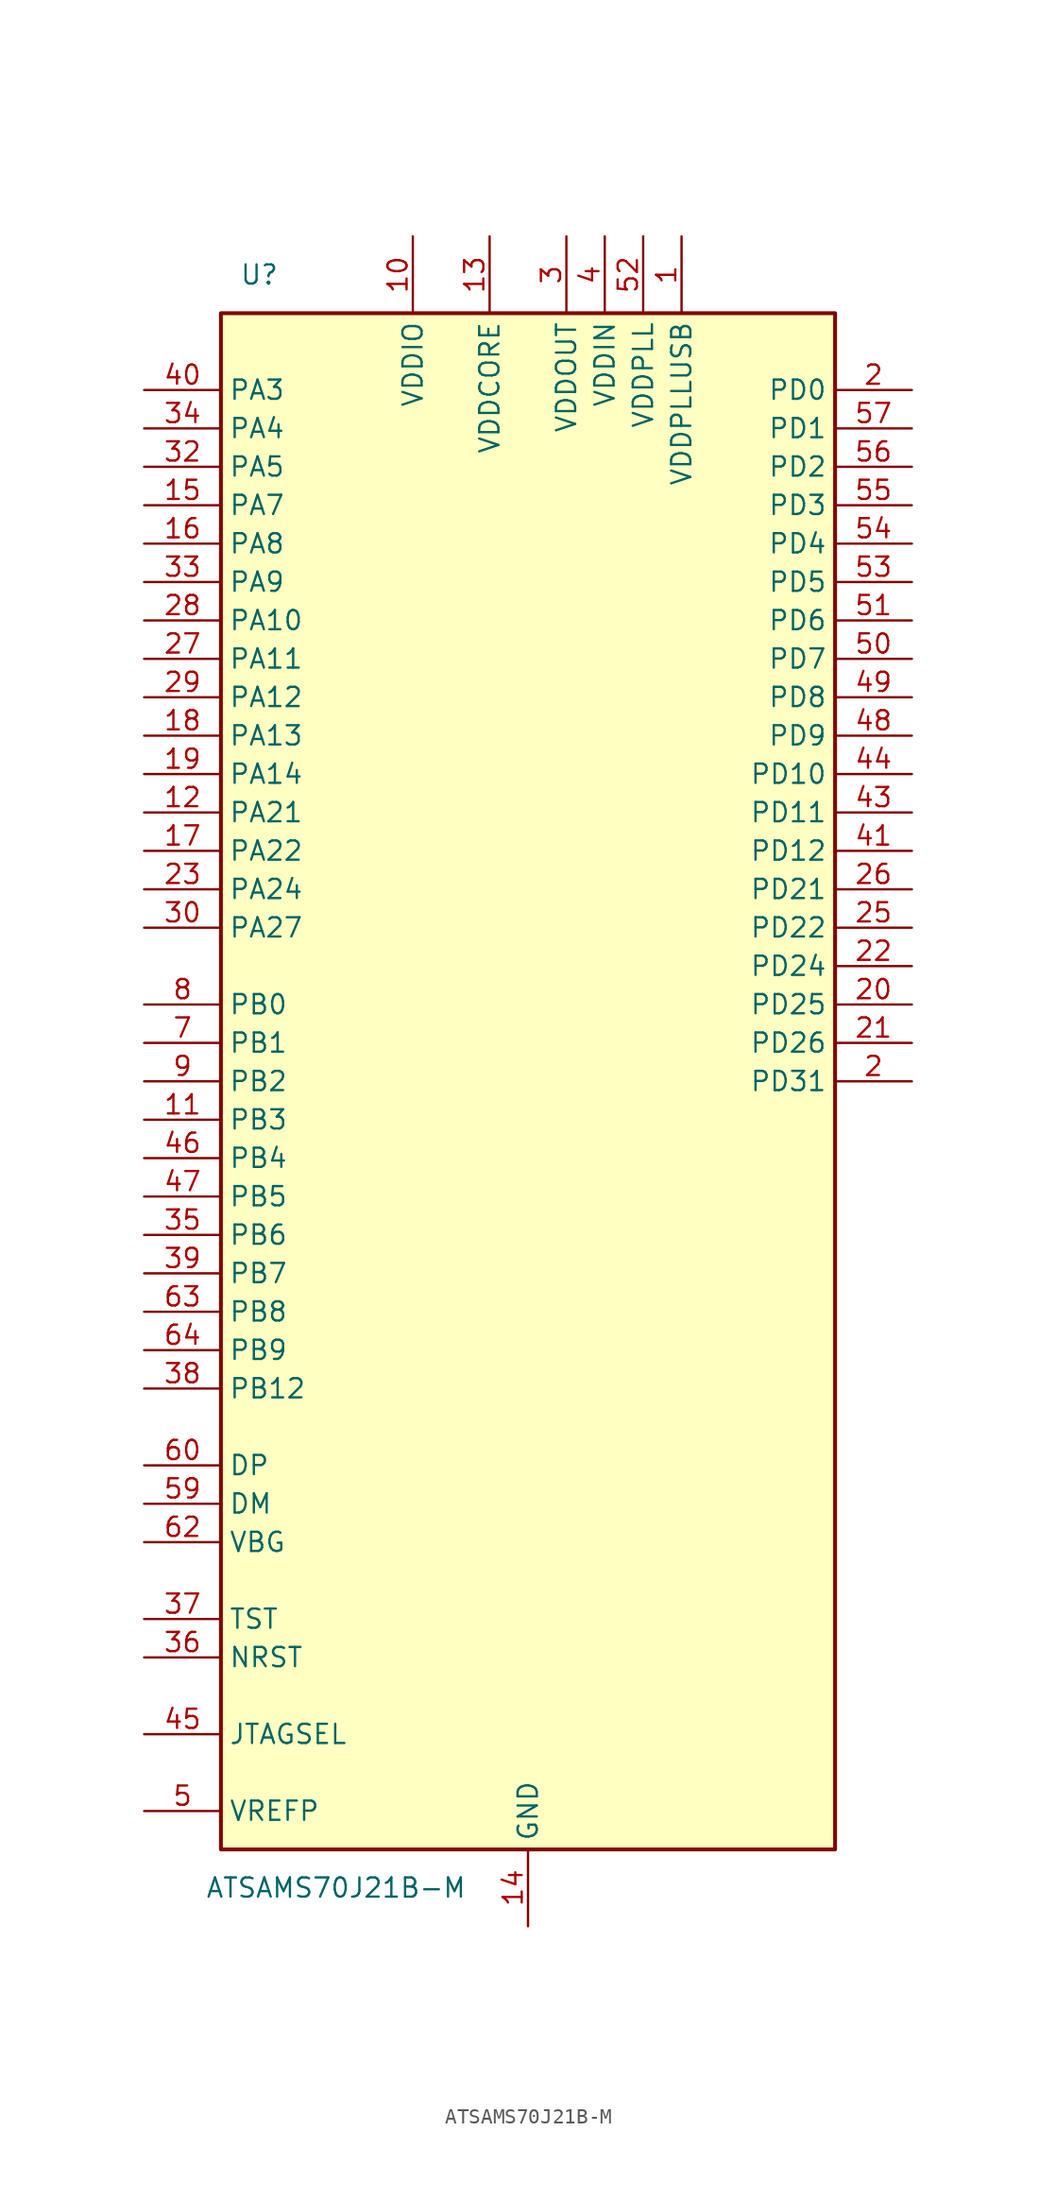
<source format=kicad_sym>
(kicad_symbol_lib
  (version 20201005)
  (generator kicad_symbol_editor)
  (symbol "mcu:ATSAMS70J21B-M"
    (property "Reference" "U"
      (at -17.78 53.34 0)
      (effects (font (size 1.27 1.27))))
    (property "Value" "ATSAMS70J21B-M"
      (at -12.7 -53.34 0)
      (effects (font (size 1.27 1.27))))
    (symbol "ATSAMS70J21B-M_1_1"
      (rectangle (start -20.32 50.8) (end 20.32 -50.8) (stroke (width 0.254)) (fill (type background)))
      (pin power_in line (at 10.16 55.88 270) (length 5.08) (name "VDDPLLUSB" (effects (font (size 1.27 1.27)))) (number "1" (effects (font (size 1.27 1.27)))))
      (pin power_in line (at -7.62 55.88 270) (length 5.08) (name "VDDIO" (effects (font (size 1.27 1.27)))) (number "10" (effects (font (size 1.27 1.27)))))
      (pin bidirectional line (at -25.4 -2.54 0) (length 5.08) (name "PB3" (effects (font (size 1.27 1.27)))) (number "11" (effects (font (size 1.27 1.27)))))
      (pin bidirectional line (at -25.4 17.78 0) (length 5.08) (name "PA21" (effects (font (size 1.27 1.27)))) (number "12" (effects (font (size 1.27 1.27)))))
      (pin power_in line (at -2.54 55.88 270) (length 5.08) (name "VDDCORE" (effects (font (size 1.27 1.27)))) (number "13" (effects (font (size 1.27 1.27)))))
      (pin power_in line (at 0 -55.88 90) (length 5.08) (name "GND" (effects (font (size 1.27 1.27)))) (number "14" (effects (font (size 1.27 1.27)))))
      (pin bidirectional line (at -25.4 38.1 0) (length 5.08) (name "PA7" (effects (font (size 1.27 1.27)))) (number "15" (effects (font (size 1.27 1.27)))))
      (pin bidirectional line (at -25.4 35.56 0) (length 5.08) (name "PA8" (effects (font (size 1.27 1.27)))) (number "16" (effects (font (size 1.27 1.27)))))
      (pin bidirectional line (at -25.4 15.24 0) (length 5.08) (name "PA22" (effects (font (size 1.27 1.27)))) (number "17" (effects (font (size 1.27 1.27)))))
      (pin bidirectional line (at -25.4 22.86 0) (length 5.08) (name "PA13" (effects (font (size 1.27 1.27)))) (number "18" (effects (font (size 1.27 1.27)))))
      (pin bidirectional line (at -25.4 20.32 0) (length 5.08) (name "PA14" (effects (font (size 1.27 1.27)))) (number "19" (effects (font (size 1.27 1.27)))))
      (pin bidirectional line (at 25.4 45.72 180) (length 5.08) (name "PD0" (effects (font (size 1.27 1.27)))) (number "2" (effects (font (size 1.27 1.27)))))
      (pin bidirectional line (at 25.4 0 180) (length 5.08) (name "PD31" (effects (font (size 1.27 1.27)))) (number "2" (effects (font (size 1.27 1.27)))))
      (pin bidirectional line (at 25.4 5.08 180) (length 5.08) (name "PD25" (effects (font (size 1.27 1.27)))) (number "20" (effects (font (size 1.27 1.27)))))
      (pin bidirectional line (at 25.4 2.54 180) (length 5.08) (name "PD26" (effects (font (size 1.27 1.27)))) (number "21" (effects (font (size 1.27 1.27)))))
      (pin bidirectional line (at 25.4 7.62 180) (length 5.08) (name "PD24" (effects (font (size 1.27 1.27)))) (number "22" (effects (font (size 1.27 1.27)))))
      (pin bidirectional line (at -25.4 12.7 0) (length 5.08) (name "PA24" (effects (font (size 1.27 1.27)))) (number "23" (effects (font (size 1.27 1.27)))))
      (pin passive line (at -2.54 55.88 270) (length 5.08) hide (name "VDDCORE" (effects (font (size 1.27 1.27)))) (number "24" (effects (font (size 1.27 1.27)))))
      (pin bidirectional line (at 25.4 10.16 180) (length 5.08) (name "PD22" (effects (font (size 1.27 1.27)))) (number "25" (effects (font (size 1.27 1.27)))))
      (pin bidirectional line (at 25.4 12.7 180) (length 5.08) (name "PD21" (effects (font (size 1.27 1.27)))) (number "26" (effects (font (size 1.27 1.27)))))
      (pin bidirectional line (at -25.4 27.94 0) (length 5.08) (name "PA11" (effects (font (size 1.27 1.27)))) (number "27" (effects (font (size 1.27 1.27)))))
      (pin bidirectional line (at -25.4 30.48 0) (length 5.08) (name "PA10" (effects (font (size 1.27 1.27)))) (number "28" (effects (font (size 1.27 1.27)))))
      (pin bidirectional line (at -25.4 25.4 0) (length 5.08) (name "PA12" (effects (font (size 1.27 1.27)))) (number "29" (effects (font (size 1.27 1.27)))))
      (pin power_in line (at 2.54 55.88 270) (length 5.08) (name "VDDOUT" (effects (font (size 1.27 1.27)))) (number "3" (effects (font (size 1.27 1.27)))))
      (pin bidirectional line (at -25.4 10.16 0) (length 5.08) (name "PA27" (effects (font (size 1.27 1.27)))) (number "30" (effects (font (size 1.27 1.27)))))
      (pin passive line (at 0 -55.88 90) (length 5.08) hide (name "GND" (effects (font (size 1.27 1.27)))) (number "31" (effects (font (size 1.27 1.27)))))
      (pin bidirectional line (at -25.4 40.64 0) (length 5.08) (name "PA5" (effects (font (size 1.27 1.27)))) (number "32" (effects (font (size 1.27 1.27)))))
      (pin bidirectional line (at -25.4 33.02 0) (length 5.08) (name "PA9" (effects (font (size 1.27 1.27)))) (number "33" (effects (font (size 1.27 1.27)))))
      (pin bidirectional line (at -25.4 43.18 0) (length 5.08) (name "PA4" (effects (font (size 1.27 1.27)))) (number "34" (effects (font (size 1.27 1.27)))))
      (pin bidirectional line (at -25.4 -10.16 0) (length 5.08) (name "PB6" (effects (font (size 1.27 1.27)))) (number "35" (effects (font (size 1.27 1.27)))))
      (pin bidirectional line (at -25.4 -38.1 0) (length 5.08) (name "NRST" (effects (font (size 1.27 1.27)))) (number "36" (effects (font (size 1.27 1.27)))))
      (pin input line (at -25.4 -35.56 0) (length 5.08) (name "TST" (effects (font (size 1.27 1.27)))) (number "37" (effects (font (size 1.27 1.27)))))
      (pin bidirectional line (at -25.4 -20.32 0) (length 5.08) (name "PB12" (effects (font (size 1.27 1.27)))) (number "38" (effects (font (size 1.27 1.27)))))
      (pin bidirectional line (at -25.4 -12.7 0) (length 5.08) (name "PB7" (effects (font (size 1.27 1.27)))) (number "39" (effects (font (size 1.27 1.27)))))
      (pin power_in line (at 5.08 55.88 270) (length 5.08) (name "VDDIN" (effects (font (size 1.27 1.27)))) (number "4" (effects (font (size 1.27 1.27)))))
      (pin bidirectional line (at -25.4 45.72 0) (length 5.08) (name "PA3" (effects (font (size 1.27 1.27)))) (number "40" (effects (font (size 1.27 1.27)))))
      (pin bidirectional line (at 25.4 15.24 180) (length 5.08) (name "PD12" (effects (font (size 1.27 1.27)))) (number "41" (effects (font (size 1.27 1.27)))))
      (pin passive line (at -7.62 55.88 270) (length 5.08) hide (name "VDDIO" (effects (font (size 1.27 1.27)))) (number "42" (effects (font (size 1.27 1.27)))))
      (pin bidirectional line (at 25.4 17.78 180) (length 5.08) (name "PD11" (effects (font (size 1.27 1.27)))) (number "43" (effects (font (size 1.27 1.27)))))
      (pin bidirectional line (at 25.4 20.32 180) (length 5.08) (name "PD10" (effects (font (size 1.27 1.27)))) (number "44" (effects (font (size 1.27 1.27)))))
      (pin input line (at -25.4 -43.18 0) (length 5.08) (name "JTAGSEL" (effects (font (size 1.27 1.27)))) (number "45" (effects (font (size 1.27 1.27)))))
      (pin bidirectional line (at -25.4 -5.08 0) (length 5.08) (name "PB4" (effects (font (size 1.27 1.27)))) (number "46" (effects (font (size 1.27 1.27)))))
      (pin bidirectional line (at -25.4 -7.62 0) (length 5.08) (name "PB5" (effects (font (size 1.27 1.27)))) (number "47" (effects (font (size 1.27 1.27)))))
      (pin bidirectional line (at 25.4 22.86 180) (length 5.08) (name "PD9" (effects (font (size 1.27 1.27)))) (number "48" (effects (font (size 1.27 1.27)))))
      (pin bidirectional line (at 25.4 25.4 180) (length 5.08) (name "PD8" (effects (font (size 1.27 1.27)))) (number "49" (effects (font (size 1.27 1.27)))))
      (pin input line (at -25.4 -48.26 0) (length 5.08) (name "VREFP" (effects (font (size 1.27 1.27)))) (number "5" (effects (font (size 1.27 1.27)))))
      (pin bidirectional line (at 25.4 27.94 180) (length 5.08) (name "PD7" (effects (font (size 1.27 1.27)))) (number "50" (effects (font (size 1.27 1.27)))))
      (pin bidirectional line (at 25.4 30.48 180) (length 5.08) (name "PD6" (effects (font (size 1.27 1.27)))) (number "51" (effects (font (size 1.27 1.27)))))
      (pin power_in line (at 7.62 55.88 270) (length 5.08) (name "VDDPLL" (effects (font (size 1.27 1.27)))) (number "52" (effects (font (size 1.27 1.27)))))
      (pin bidirectional line (at 25.4 33.02 180) (length 5.08) (name "PD5" (effects (font (size 1.27 1.27)))) (number "53" (effects (font (size 1.27 1.27)))))
      (pin bidirectional line (at 25.4 35.56 180) (length 5.08) (name "PD4" (effects (font (size 1.27 1.27)))) (number "54" (effects (font (size 1.27 1.27)))))
      (pin bidirectional line (at 25.4 38.1 180) (length 5.08) (name "PD3" (effects (font (size 1.27 1.27)))) (number "55" (effects (font (size 1.27 1.27)))))
      (pin bidirectional line (at 25.4 40.64 180) (length 5.08) (name "PD2" (effects (font (size 1.27 1.27)))) (number "56" (effects (font (size 1.27 1.27)))))
      (pin bidirectional line (at 25.4 43.18 180) (length 5.08) (name "PD1" (effects (font (size 1.27 1.27)))) (number "57" (effects (font (size 1.27 1.27)))))
      (pin passive line (at -7.62 55.88 270) (length 5.08) hide (name "VDDIO" (effects (font (size 1.27 1.27)))) (number "58" (effects (font (size 1.27 1.27)))))
      (pin bidirectional line (at -25.4 -27.94 0) (length 5.08) (name "DM" (effects (font (size 1.27 1.27)))) (number "59" (effects (font (size 1.27 1.27)))))
      (pin bidirectional line (at -25.4 -25.4 0) (length 5.08) (name "DP" (effects (font (size 1.27 1.27)))) (number "60" (effects (font (size 1.27 1.27)))))
      (pin passive line (at -2.54 55.88 270) (length 5.08) hide (name "VDDCORE" (effects (font (size 1.27 1.27)))) (number "61" (effects (font (size 1.27 1.27)))))
      (pin bidirectional line (at -25.4 -30.48 0) (length 5.08) (name "VBG" (effects (font (size 1.27 1.27)))) (number "62" (effects (font (size 1.27 1.27)))))
      (pin bidirectional line (at -25.4 -15.24 0) (length 5.08) (name "PB8" (effects (font (size 1.27 1.27)))) (number "63" (effects (font (size 1.27 1.27)))))
      (pin bidirectional line (at -25.4 -17.78 0) (length 5.08) (name "PB9" (effects (font (size 1.27 1.27)))) (number "64" (effects (font (size 1.27 1.27)))))
      (pin bidirectional line (at -25.4 2.54 0) (length 5.08) (name "PB1" (effects (font (size 1.27 1.27)))) (number "7" (effects (font (size 1.27 1.27)))))
      (pin bidirectional line (at -25.4 5.08 0) (length 5.08) (name "PB0" (effects (font (size 1.27 1.27)))) (number "8" (effects (font (size 1.27 1.27)))))
      (pin bidirectional line (at -25.4 0 0) (length 5.08) (name "PB2" (effects (font (size 1.27 1.27)))) (number "9" (effects (font (size 1.27 1.27))))))))
</source>
